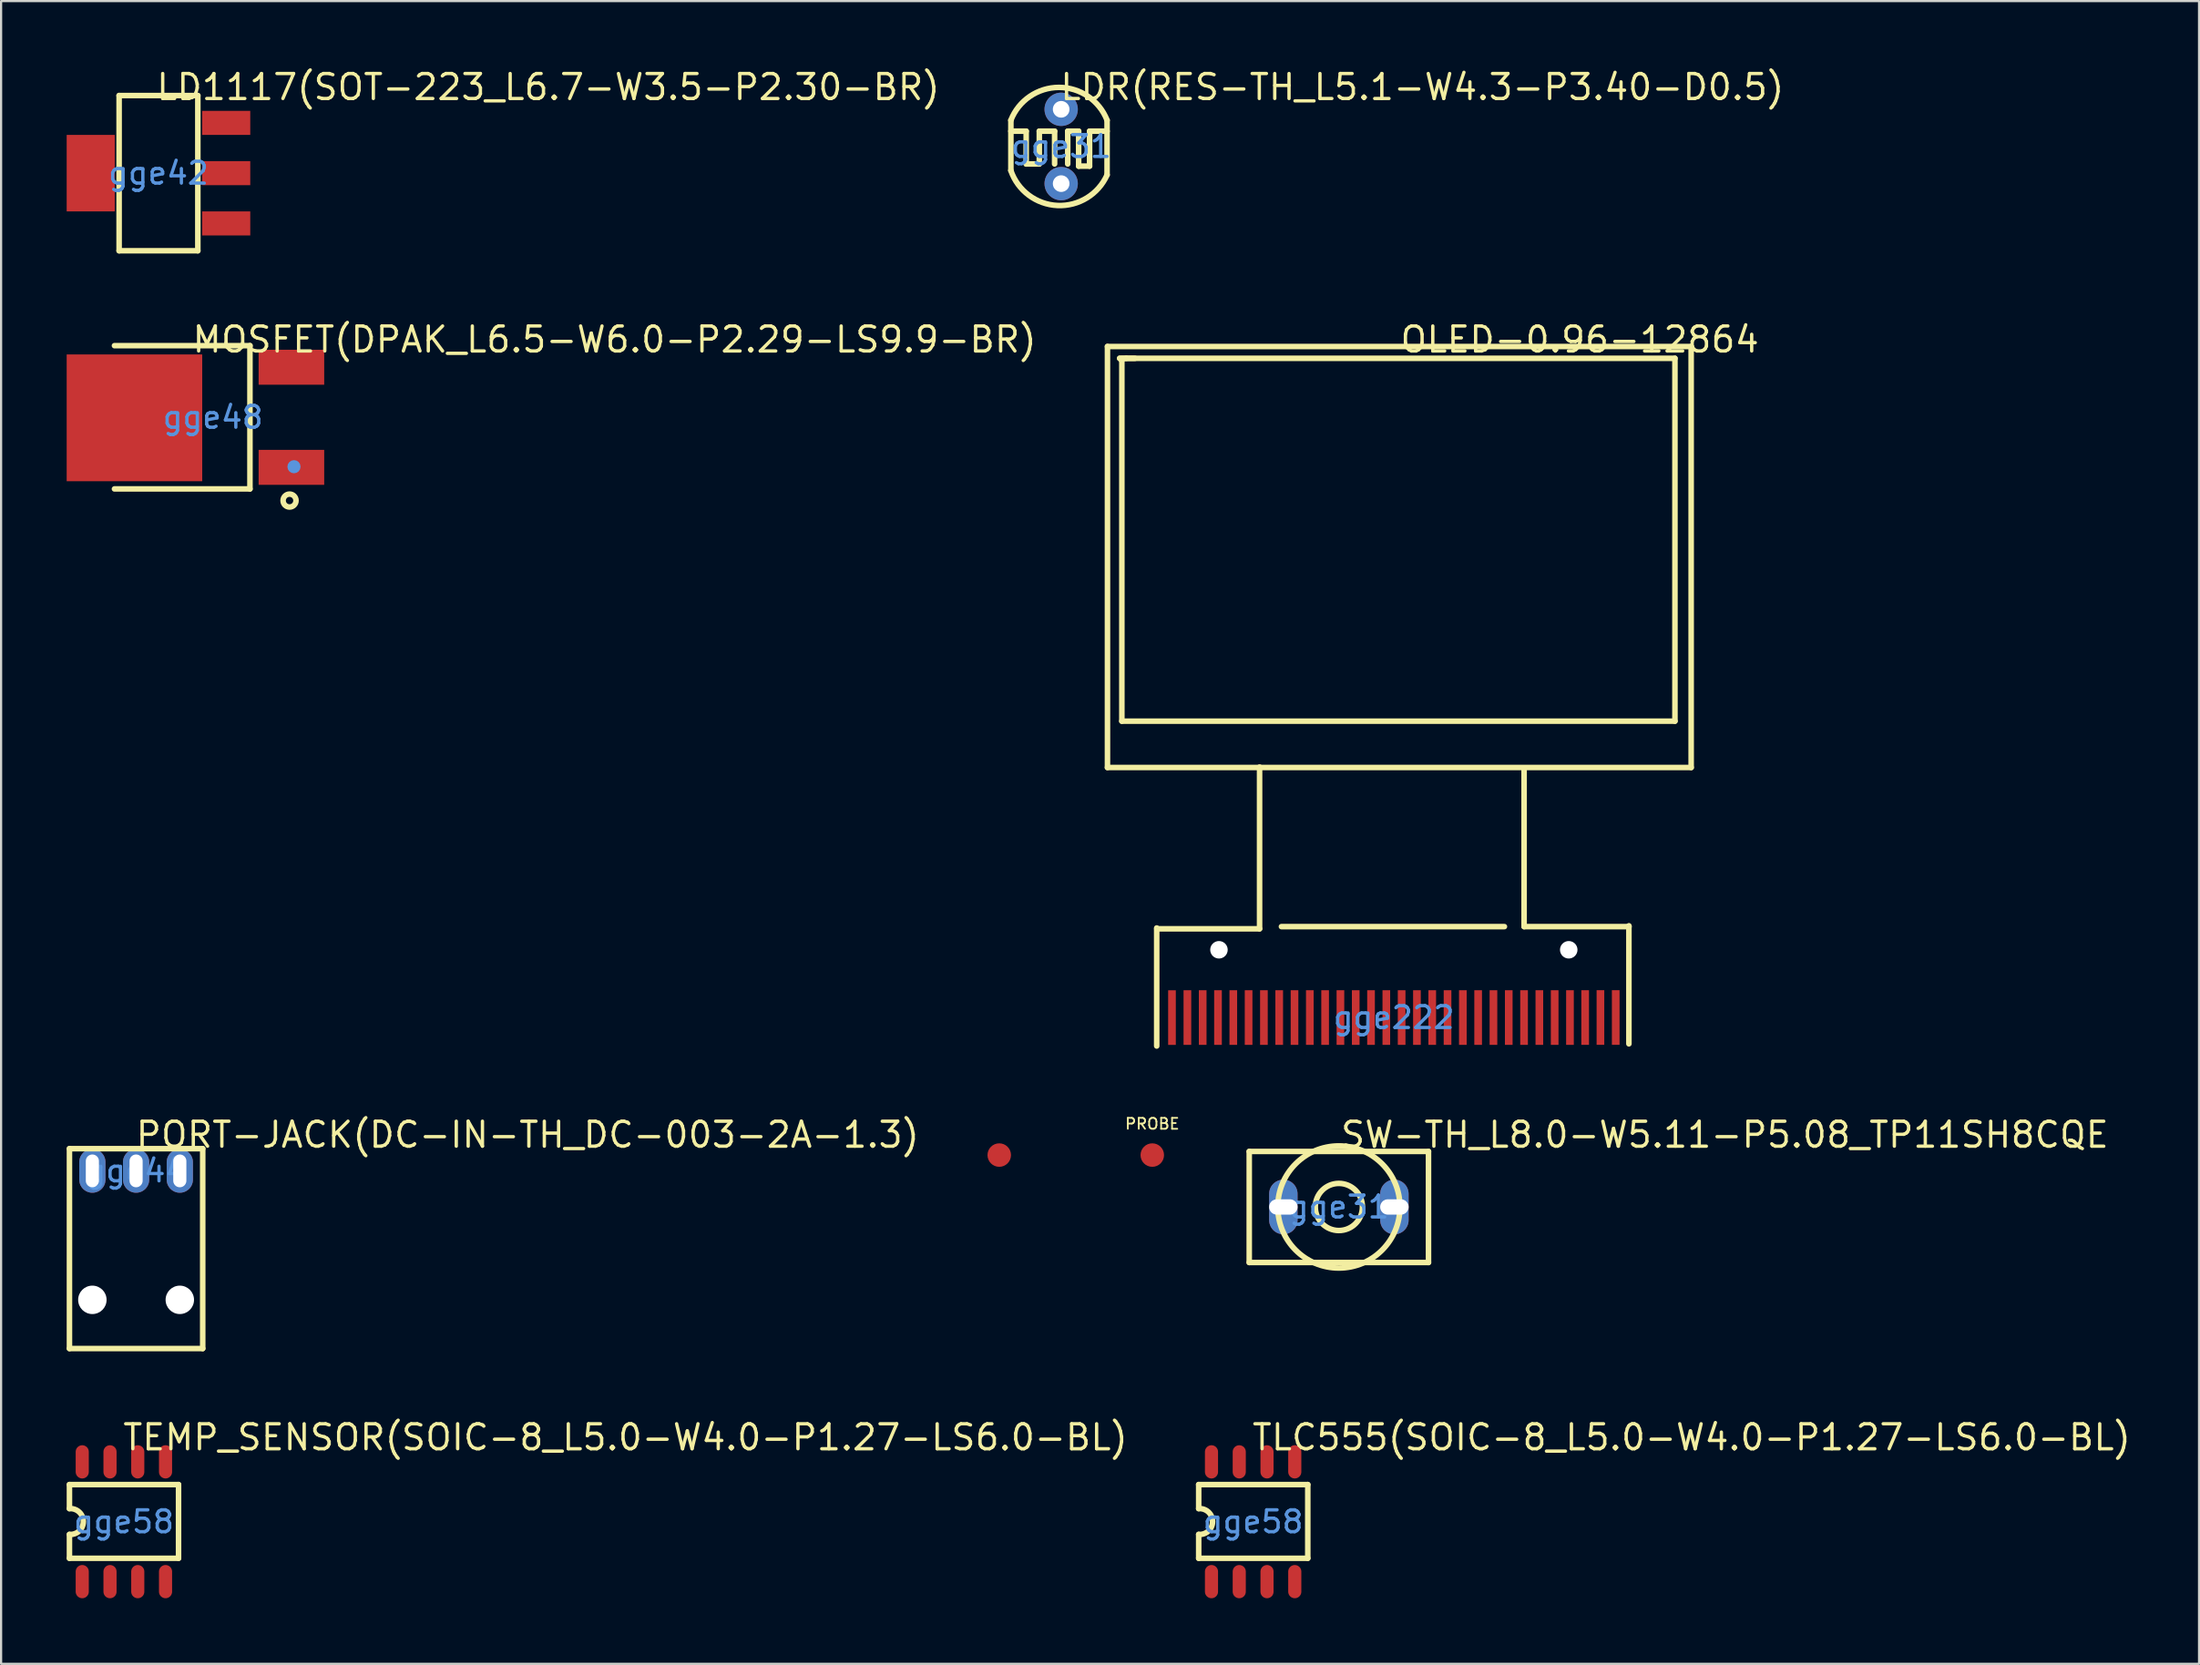
<source format=kicad_pcb>
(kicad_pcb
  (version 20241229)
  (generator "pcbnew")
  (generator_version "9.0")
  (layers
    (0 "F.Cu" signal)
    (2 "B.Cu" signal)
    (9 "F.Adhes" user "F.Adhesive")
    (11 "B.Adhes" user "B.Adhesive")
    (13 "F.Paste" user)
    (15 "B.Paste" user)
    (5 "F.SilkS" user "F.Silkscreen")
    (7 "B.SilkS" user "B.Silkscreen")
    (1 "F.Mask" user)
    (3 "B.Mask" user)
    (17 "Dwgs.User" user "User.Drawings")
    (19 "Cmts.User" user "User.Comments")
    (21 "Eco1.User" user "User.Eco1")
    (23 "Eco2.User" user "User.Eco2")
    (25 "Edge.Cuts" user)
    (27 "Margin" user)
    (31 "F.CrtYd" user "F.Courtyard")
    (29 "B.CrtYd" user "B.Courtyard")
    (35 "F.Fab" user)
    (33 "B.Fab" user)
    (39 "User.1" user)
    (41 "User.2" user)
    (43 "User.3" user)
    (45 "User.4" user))
  (footprint "LDR(RES-TH_L5.1-W4.3-P3.40-D0.5)"
    (layer "F.Cu")
    (at 45.491 3.651)
    (property "Reference" "LDR(RES-TH_L5.1-W4.3-P3.40-D0.5)" (at -0.127 -2.716 0) (layer "F.SilkS") (effects (font (size 1.143 1.143) (thickness 0.152)) (justify left)))
    (attr through_hole)
    (fp_line (start -2.3 -0.7) (end -1.6 -0.7) (stroke (width 0.254) (type solid)) (layer "F.SilkS"))
    (fp_line (start -2.3 1.1) (end -2.3 -1.2) (stroke (width 0.254) (type solid)) (layer "F.SilkS"))
    (fp_line (start -1.6 -0.7) (end -1.6 0.8) (stroke (width 0.254) (type solid)) (layer "F.SilkS"))
    (fp_line (start -1.6 0.8) (end -1 0.8) (stroke (width 0.254) (type solid)) (layer "F.SilkS"))
    (fp_line (start -1 -0.7) (end -0.3 -0.7) (stroke (width 0.254) (type solid)) (layer "F.SilkS"))
    (fp_line (start -1 0.8) (end -1 -0.7) (stroke (width 0.254) (type solid)) (layer "F.SilkS"))
    (fp_line (start -0.3 -0.7) (end -0.3 0.8) (stroke (width 0.254) (type solid)) (layer "F.SilkS"))
    (fp_line (start 0.3 -0.7) (end 0.8 -0.7) (stroke (width 0.254) (type solid)) (layer "F.SilkS"))
    (fp_line (start 0.3 0.8) (end 0.3 -0.7) (stroke (width 0.254) (type solid)) (layer "F.SilkS"))
    (fp_line (start 0.8 -0.7) (end 0.8 0.9) (stroke (width 0.254) (type solid)) (layer "F.SilkS"))
    (fp_line (start 0.8 0.9) (end 1.3 0.9) (stroke (width 0.254) (type solid)) (layer "F.SilkS"))
    (fp_line (start 1.3 -0.7) (end 2.1 -0.7) (stroke (width 0.254) (type solid)) (layer "F.SilkS"))
    (fp_line (start 1.3 0.9) (end 1.3 -0.7) (stroke (width 0.254) (type solid)) (layer "F.SilkS"))
    (fp_line (start 2.1 1.3) (end 2.1 -1.2) (stroke (width 0.254) (type solid)) (layer "F.SilkS"))
    (fp_arc (start -2.301 -1.2) (mid -0.100052 -2.702413) (end 2.100962 -1.200097) (stroke (width 0.254) (type solid)) (layer "F.SilkS"))
    (fp_arc (start 2.101 1.3) (mid -0.168933 2.700126) (end -2.301907 1.099072) (stroke (width 0.254) (type solid)) (layer "F.SilkS"))
    (fp_text user "gge31" (at 0 0 0) (layer "Cmts.User") (effects (font (size 1 1) (thickness 0.15))))
    (pad "1" thru_hole circle (at 0 -1.7 270) (size 1.524 1.524) (drill 0.762) (layers "*.Cu" "*.Paste" "*.Mask"))
    (pad "2" thru_hole circle (at 0 1.7 270) (size 1.524 1.524) (drill 0.762) (layers "*.Cu" "*.Paste" "*.Mask")))
  (footprint "PORT-JACK(DC-IN-TH_DC-003-2A-1.3)"
    (layer "F.Cu")
    (at 3.175 50.518)
    (property "Reference" "PORT-JACK(DC-IN-TH_DC-003-2A-1.3)" (at -0.095 -1.651 0) (layer "F.SilkS") (effects (font (size 1.143 1.143) (thickness 0.152)) (justify left)))
    (attr through_hole)
    (fp_line (start -3.048 -1.016) (end 3.048 -1.016) (stroke (width 0.254) (type solid)) (layer "F.SilkS"))
    (fp_line (start -3.048 8.128) (end -3.048 -1.016) (stroke (width 0.254) (type solid)) (layer "F.SilkS"))
    (fp_line (start 3.048 -1.016) (end 3.048 8.128) (stroke (width 0.254) (type solid)) (layer "F.SilkS"))
    (fp_line (start 3.048 8.128) (end -3.048 8.128) (stroke (width 0.254) (type solid)) (layer "F.SilkS"))
    (fp_text user "gge44" (at 0 0 0) (layer "Cmts.User") (effects (font (size 1 1) (thickness 0.15))))
    (pad "" np_thru_hole circle (at -2 5.9) (size 1.3 1.3) (drill 1.3) (layers "*.Cu" "*.Mask"))
    (pad "" np_thru_hole circle (at 2 5.9) (size 1.3 1.3) (drill 1.3) (layers "*.Cu" "*.Mask"))
    (pad "1" thru_hole oval (at 2 0) (size 1.2 2) (drill oval 0.6 1.5) (layers "*.Cu" "*.Paste" "*.Mask"))
    (pad "2" thru_hole oval (at 0 0) (size 1.2 2) (drill oval 0.6 1.5) (layers "*.Cu" "*.Paste" "*.Mask"))
    (pad "3" thru_hole oval (at -2 0) (size 1.2 2) (drill oval 0.6 1.5) (layers "*.Cu" "*.Paste" "*.Mask")))
  (footprint "PROBE"
    (layer "F.Cu")
    (at 49.659 49.795)
    (property "Reference" "PROBE" (at 0 -1.43 0) (layer "F.SilkS") (effects (font (size 0.5 0.5) (thickness 0.08))))
    (attr smd)
    (pad "1" smd circle (at 0 0) (size 1.075 1.075) (layers "F.Cu" "F.Mask" "F.Paste"))
    (pad "2" smd circle (at -7 0) (size 1.075 1.075) (layers "F.Cu" "F.Mask" "F.Paste")))
  (footprint "LD1117(SOT-223_L6.7-W3.5-P2.30-BR)"
    (layer "F.Cu")
    (at 4.199 4.872)
    (property "Reference" "LD1117(SOT-223_L6.7-W3.5-P2.30-BR)" (at -0.178 -3.937 0) (layer "F.SilkS") (effects (font (size 1.143 1.143) (thickness 0.152)) (justify left)))
    (attr smd)
    (fp_line (start -1.8 -3.55) (end 1.8 -3.55) (stroke (width 0.254) (type solid)) (layer "F.SilkS"))
    (fp_line (start -1.8 3.55) (end -1.8 -3.55) (stroke (width 0.254) (type solid)) (layer "F.SilkS"))
    (fp_line (start -1.8 3.55) (end 1.8 3.55) (stroke (width 0.254) (type solid)) (layer "F.SilkS"))
    (fp_line (start 1.8 3.55) (end 1.8 -3.55) (stroke (width 0.254) (type solid)) (layer "F.SilkS"))
    (fp_text user "gge42" (at 0 0 0) (layer "Cmts.User") (effects (font (size 1 1) (thickness 0.15))))
    (pad "1" smd rect (at 3.099 2.3 90) (size 1.1 2.2) (layers "F.Cu" "F.Mask" "F.Paste"))
    (pad "2" smd rect (at 3.099 0 90) (size 1.1 2.2) (layers "F.Cu" "F.Mask" "F.Paste"))
    (pad "3" smd rect (at 3.099 -2.3 90) (size 1.1 2.2) (layers "F.Cu" "F.Mask" "F.Paste"))
    (pad "4" smd rect (at -3.099 0 90) (size 3.5 2.2) (layers "F.Cu" "F.Mask" "F.Paste")))
  (footprint "TLC555(SOIC-8_L5.0-W4.0-P1.27-LS6.0-BL)"
    (layer "F.Cu")
    (at 54.272 66.57)
    (property "Reference" "TLC555(SOIC-8_L5.0-W4.0-P1.27-LS6.0-BL)" (at -0.127 -3.861 0) (layer "F.SilkS") (effects (font (size 1.143 1.143) (thickness 0.152)) (justify left)))
    (attr smd)
    (fp_line (start -2.49 -1.7) (end 2.5 -1.7) (stroke (width 0.254) (type solid)) (layer "F.SilkS"))
    (fp_line (start -2.49 -0.6) (end -2.49 -1.7) (stroke (width 0.254) (type solid)) (layer "F.SilkS"))
    (fp_line (start -2.49 1.671) (end -2.49 0.58) (stroke (width 0.254) (type solid)) (layer "F.SilkS"))
    (fp_line (start 2.5 -1.7) (end 2.5 1.671) (stroke (width 0.254) (type solid)) (layer "F.SilkS"))
    (fp_line (start 2.5 1.671) (end -2.49 1.671) (stroke (width 0.254) (type solid)) (layer "F.SilkS"))
    (fp_arc (start -2.49 -0.6) (mid -1.853286 -0.010321) (end -2.48936 0.580048) (stroke (width 0.254) (type solid)) (layer "F.SilkS"))
    (fp_text user "gge58" (at 0 0 0) (layer "Cmts.User") (effects (font (size 1 1) (thickness 0.15))))
    (pad "1" smd oval (at -1.905 2.74 180) (size 0.6 1.52) (layers "F.Cu" "F.Mask" "F.Paste"))
    (pad "2" smd oval (at -0.635 2.74 180) (size 0.6 1.52) (layers "F.Cu" "F.Mask" "F.Paste"))
    (pad "3" smd oval (at 0.635 2.74 180) (size 0.6 1.52) (layers "F.Cu" "F.Mask" "F.Paste"))
    (pad "4" smd oval (at 1.905 2.74 180) (size 0.6 1.52) (layers "F.Cu" "F.Mask" "F.Paste"))
    (pad "5" smd oval (at 1.905 -2.74 180) (size 0.6 1.52) (layers "F.Cu" "F.Mask" "F.Paste"))
    (pad "6" smd oval (at 0.635 -2.74 180) (size 0.6 1.52) (layers "F.Cu" "F.Mask" "F.Paste"))
    (pad "7" smd oval (at -0.635 -2.74 180) (size 0.6 1.52) (layers "F.Cu" "F.Mask" "F.Paste"))
    (pad "8" smd oval (at -1.905 -2.74 180) (size 0.6 1.52) (layers "F.Cu" "F.Mask" "F.Paste")))
  (footprint "SW-TH_L8.0-W5.11-P5.08_TP11SH8CQE"
    (layer "F.Cu")
    (at 58.194 52.169)
    (property "Reference" "SW-TH_L8.0-W5.11-P5.08_TP11SH8CQE" (at 0 -3.302 0) (layer "F.SilkS") (effects (font (size 1.143 1.143) (thickness 0.152)) (justify left)))
    (attr through_hole)
    (fp_line (start -4.1 -2.54) (end 4.1 -2.54) (stroke (width 0.254) (type solid)) (layer "F.SilkS"))
    (fp_line (start -4.1 2.54) (end -4.1 -2.54) (stroke (width 0.254) (type solid)) (layer "F.SilkS"))
    (fp_line (start 4.1 -2.54) (end 4.1 2.54) (stroke (width 0.254) (type solid)) (layer "F.SilkS"))
    (fp_line (start 4.1 2.54) (end -4.1 2.54) (stroke (width 0.254) (type solid)) (layer "F.SilkS"))
    (fp_circle (center 0 0) (end 1.078 0) (stroke (width 0.254) (type solid)) (fill no) (layer "F.SilkS"))
    (fp_circle (center 0 0) (end 2.794 0) (stroke (width 0.254) (type solid)) (fill no) (layer "F.SilkS"))
    (fp_text user "gge31" (at 0 0 0) (layer "Cmts.User") (effects (font (size 1 1) (thickness 0.15))))
    (pad "1" thru_hole oval (at -2.54 0 90) (size 2.5 1.3) (drill oval 0.7 1.8) (layers "*.Cu" "*.Paste" "*.Mask"))
    (pad "3" thru_hole oval (at 2.54 0 90) (size 2.5 1.3) (drill oval 0.7 1.8) (layers "*.Cu" "*.Paste" "*.Mask")))
  (footprint "OLED-0.96-12864"
    (layer "F.Cu")
    (at 60.709 43.503)
    (property "Reference" "OLED-0.96-12864" (at 0.212 -31.018 0) (layer "F.SilkS") (effects (font (size 1.143 1.143) (thickness 0.152)) (justify left)))
    (attr smd)
    (fp_line (start -13.1 -30.7) (end 13.6 -30.7) (stroke (width 0.254) (type solid)) (layer "F.SilkS"))
    (fp_line (start -13.1 -11.44) (end -13.1 -30.7) (stroke (width 0.254) (type solid)) (layer "F.SilkS"))
    (fp_line (start -12.542 -30.16) (end -12.242 -30.16) (stroke (width 0.254) (type solid)) (layer "F.SilkS"))
    (fp_line (start -12.442 -30.16) (end 12.858 -30.16) (stroke (width 0.254) (type solid)) (layer "F.SilkS"))
    (fp_line (start -12.442 -30.06) (end -12.542 -30.16) (stroke (width 0.254) (type solid)) (layer "F.SilkS"))
    (fp_line (start -12.442 -13.56) (end -12.442 -30.06) (stroke (width 0.254) (type solid)) (layer "F.SilkS"))
    (fp_line (start -12.242 -30.16) (end -11.842 -30.16) (stroke (width 0.254) (type solid)) (layer "F.SilkS"))
    (fp_line (start -10.848 1.302) (end -10.848 -4.098) (stroke (width 0.254) (type solid)) (layer "F.SilkS"))
    (fp_line (start -10.842 -4.06) (end -6.142 -4.06) (stroke (width 0.254) (type solid)) (layer "F.SilkS"))
    (fp_line (start -6.142 -4.06) (end -6.142 -11.46) (stroke (width 0.254) (type solid)) (layer "F.SilkS"))
    (fp_line (start -5.142 -4.16) (end 5.058 -4.16) (stroke (width 0.254) (type solid)) (layer "F.SilkS"))
    (fp_line (start 5.958 -4.16) (end 5.958 -11.36) (stroke (width 0.254) (type solid)) (layer "F.SilkS"))
    (fp_line (start 10.752 1.202) (end 10.752 -4.198) (stroke (width 0.254) (type solid)) (layer "F.SilkS"))
    (fp_line (start 10.758 -4.16) (end 5.958 -4.16) (stroke (width 0.254) (type solid)) (layer "F.SilkS"))
    (fp_line (start 12.858 -30.16) (end 12.858 -13.56) (stroke (width 0.254) (type solid)) (layer "F.SilkS"))
    (fp_line (start 12.858 -13.56) (end -12.442 -13.56) (stroke (width 0.254) (type solid)) (layer "F.SilkS"))
    (fp_line (start 13.6 -30.7) (end 13.6 -11.44) (stroke (width 0.254) (type solid)) (layer "F.SilkS"))
    (fp_line (start 13.6 -11.44) (end -13.1 -11.44) (stroke (width 0.254) (type solid)) (layer "F.SilkS"))
    (fp_text user "gge222" (at 0 0 0) (layer "Cmts.User") (effects (font (size 1 1) (thickness 0.15))))
    (pad "" np_thru_hole circle (at -8 -3.1) (size 0.8 0.8) (drill 0.8) (layers "*.Cu" "*.Mask"))
    (pad "" np_thru_hole circle (at 8 -3.1) (size 0.8 0.8) (drill 0.8) (layers "*.Cu" "*.Mask"))
    (pad "1" smd rect (at -10.149 0.002 270) (size 2.499 0.351) (layers "F.Cu" "F.Mask" "F.Paste"))
    (pad "2" smd rect (at -9.444 0 270) (size 2.499 0.351) (layers "F.Cu" "F.Mask" "F.Paste"))
    (pad "3" smd rect (at -8.744 0 270) (size 2.499 0.351) (layers "F.Cu" "F.Mask" "F.Paste"))
    (pad "4" smd rect (at -8.044 0 270) (size 2.499 0.351) (layers "F.Cu" "F.Mask" "F.Paste"))
    (pad "5" smd rect (at -7.344 0 270) (size 2.499 0.351) (layers "F.Cu" "F.Mask" "F.Paste"))
    (pad "6" smd rect (at -6.644 0 270) (size 2.499 0.351) (layers "F.Cu" "F.Mask" "F.Paste"))
    (pad "7" smd rect (at -5.944 0 270) (size 2.499 0.351) (layers "F.Cu" "F.Mask" "F.Paste"))
    (pad "8" smd rect (at -5.244 0 270) (size 2.499 0.351) (layers "F.Cu" "F.Mask" "F.Paste"))
    (pad "9" smd rect (at -4.544 0 270) (size 2.499 0.351) (layers "F.Cu" "F.Mask" "F.Paste"))
    (pad "10" smd rect (at -3.844 0 270) (size 2.499 0.351) (layers "F.Cu" "F.Mask" "F.Paste"))
    (pad "11" smd rect (at -3.144 0 270) (size 2.499 0.351) (layers "F.Cu" "F.Mask" "F.Paste"))
    (pad "12" smd rect (at -2.444 0 270) (size 2.499 0.351) (layers "F.Cu" "F.Mask" "F.Paste"))
    (pad "13" smd rect (at -1.744 0 270) (size 2.499 0.351) (layers "F.Cu" "F.Mask" "F.Paste"))
    (pad "14" smd rect (at -1.044 0 270) (size 2.499 0.351) (layers "F.Cu" "F.Mask" "F.Paste"))
    (pad "15" smd rect (at -0.344 0 270) (size 2.499 0.351) (layers "F.Cu" "F.Mask" "F.Paste"))
    (pad "16" smd rect (at 0.356 0 270) (size 2.499 0.351) (layers "F.Cu" "F.Mask" "F.Paste"))
    (pad "17" smd rect (at 1.056 0 270) (size 2.499 0.351) (layers "F.Cu" "F.Mask" "F.Paste"))
    (pad "18" smd rect (at 1.756 0 270) (size 2.499 0.351) (layers "F.Cu" "F.Mask" "F.Paste"))
    (pad "19" smd rect (at 2.456 0 270) (size 2.499 0.351) (layers "F.Cu" "F.Mask" "F.Paste"))
    (pad "20" smd rect (at 3.156 0 270) (size 2.499 0.351) (layers "F.Cu" "F.Mask" "F.Paste"))
    (pad "21" smd rect (at 3.856 0 270) (size 2.499 0.351) (layers "F.Cu" "F.Mask" "F.Paste"))
    (pad "22" smd rect (at 4.556 0 270) (size 2.499 0.351) (layers "F.Cu" "F.Mask" "F.Paste"))
    (pad "23" smd rect (at 5.256 0 270) (size 2.499 0.351) (layers "F.Cu" "F.Mask" "F.Paste"))
    (pad "24" smd rect (at 5.956 0 270) (size 2.499 0.351) (layers "F.Cu" "F.Mask" "F.Paste"))
    (pad "25" smd rect (at 6.656 0 270) (size 2.499 0.351) (layers "F.Cu" "F.Mask" "F.Paste"))
    (pad "26" smd rect (at 7.356 0 270) (size 2.499 0.351) (layers "F.Cu" "F.Mask" "F.Paste"))
    (pad "27" smd rect (at 8.056 0 270) (size 2.499 0.351) (layers "F.Cu" "F.Mask" "F.Paste"))
    (pad "28" smd rect (at 8.751 -0.001 270) (size 2.499 0.351) (layers "F.Cu" "F.Mask" "F.Paste"))
    (pad "29" smd rect (at 9.45 -0.002 270) (size 2.499 0.351) (layers "F.Cu" "F.Mask" "F.Paste"))
    (pad "30" smd rect (at 10.149 -0.002 270) (size 2.499 0.351) (layers "F.Cu" "F.Mask" "F.Paste")))
  (footprint "MOSFET(DPAK_L6.5-W6.0-P2.29-LS9.9-BR)"
    (layer "F.Cu")
    (at 6.69 16.041)
    (property "Reference" "MOSFET(DPAK_L6.5-W6.0-P2.29-LS9.9-BR)" (at -1.025 -3.556 0) (layer "F.SilkS") (effects (font (size 1.143 1.143) (thickness 0.152)) (justify left)))
    (attr smd)
    (fp_line (start -4.504 -3.277) (end 1.693 -3.277) (stroke (width 0.254) (type solid)) (layer "F.SilkS"))
    (fp_line (start 1.693 -3.277) (end 1.693 3.277) (stroke (width 0.254) (type solid)) (layer "F.SilkS"))
    (fp_line (start 1.693 3.277) (end -4.504 3.277) (stroke (width 0.254) (type solid)) (layer "F.SilkS"))
    (fp_circle (center 3.505 3.81) (end 3.801 3.81) (stroke (width 0.254) (type solid)) (fill no) (layer "F.SilkS"))
    (fp_circle (center 3.708 2.261) (end 3.859 2.261) (stroke (width 0.3) (type solid)) (fill no) (layer "Cmts.User"))
    (fp_text user "gge48" (at 0 0 0) (layer "Cmts.User") (effects (font (size 1 1) (thickness 0.15))))
    (pad "1" smd rect (at 3.59 2.29 90) (size 1.6 3) (layers "F.Cu" "F.Mask" "F.Paste"))
    (pad "3" smd rect (at 3.59 -2.29 90) (size 1.6 3) (layers "F.Cu" "F.Mask" "F.Paste"))
    (pad "4" smd rect (at -3.59 0.025 90) (size 5.8 6.2) (layers "F.Cu" "F.Mask" "F.Paste")))
  (footprint "TEMP_SENSOR(SOIC-8_L5.0-W4.0-P1.27-LS6.0-BL)"
    (layer "F.Cu")
    (at 2.617 66.57)
    (property "Reference" "TEMP_SENSOR(SOIC-8_L5.0-W4.0-P1.27-LS6.0-BL)" (at -0.127 -3.861 0) (layer "F.SilkS") (effects (font (size 1.143 1.143) (thickness 0.152)) (justify left)))
    (attr smd)
    (fp_line (start -2.49 -1.7) (end 2.5 -1.7) (stroke (width 0.254) (type solid)) (layer "F.SilkS"))
    (fp_line (start -2.49 -0.6) (end -2.49 -1.7) (stroke (width 0.254) (type solid)) (layer "F.SilkS"))
    (fp_line (start -2.49 1.671) (end -2.49 0.58) (stroke (width 0.254) (type solid)) (layer "F.SilkS"))
    (fp_line (start 2.5 -1.7) (end 2.5 1.671) (stroke (width 0.254) (type solid)) (layer "F.SilkS"))
    (fp_line (start 2.5 1.671) (end -2.49 1.671) (stroke (width 0.254) (type solid)) (layer "F.SilkS"))
    (fp_arc (start -2.49 -0.6) (mid -1.853286 -0.010321) (end -2.48936 0.580048) (stroke (width 0.254) (type solid)) (layer "F.SilkS"))
    (fp_text user "gge58" (at 0 0 0) (layer "Cmts.User") (effects (font (size 1 1) (thickness 0.15))))
    (pad "1" smd oval (at -1.905 2.74 180) (size 0.6 1.52) (layers "F.Cu" "F.Mask" "F.Paste"))
    (pad "2" smd oval (at -0.635 2.74 180) (size 0.6 1.52) (layers "F.Cu" "F.Mask" "F.Paste"))
    (pad "3" smd oval (at 0.635 2.74 180) (size 0.6 1.52) (layers "F.Cu" "F.Mask" "F.Paste"))
    (pad "4" smd oval (at 1.905 2.74 180) (size 0.6 1.52) (layers "F.Cu" "F.Mask" "F.Paste"))
    (pad "5" smd oval (at 1.905 -2.74 180) (size 0.6 1.52) (layers "F.Cu" "F.Mask" "F.Paste"))
    (pad "6" smd oval (at 0.635 -2.74 180) (size 0.6 1.52) (layers "F.Cu" "F.Mask" "F.Paste"))
    (pad "7" smd oval (at -0.635 -2.74 180) (size 0.6 1.52) (layers "F.Cu" "F.Mask" "F.Paste"))
    (pad "8" smd oval (at -1.905 -2.74 180) (size 0.6 1.52) (layers "F.Cu" "F.Mask" "F.Paste")))
  (gr_rect
    (start -3 -3)
    (end 97.541 73.07)
    (stroke (width 0.1) (type default))
    (fill no)
    (layer "Edge.Cuts")))
</source>
